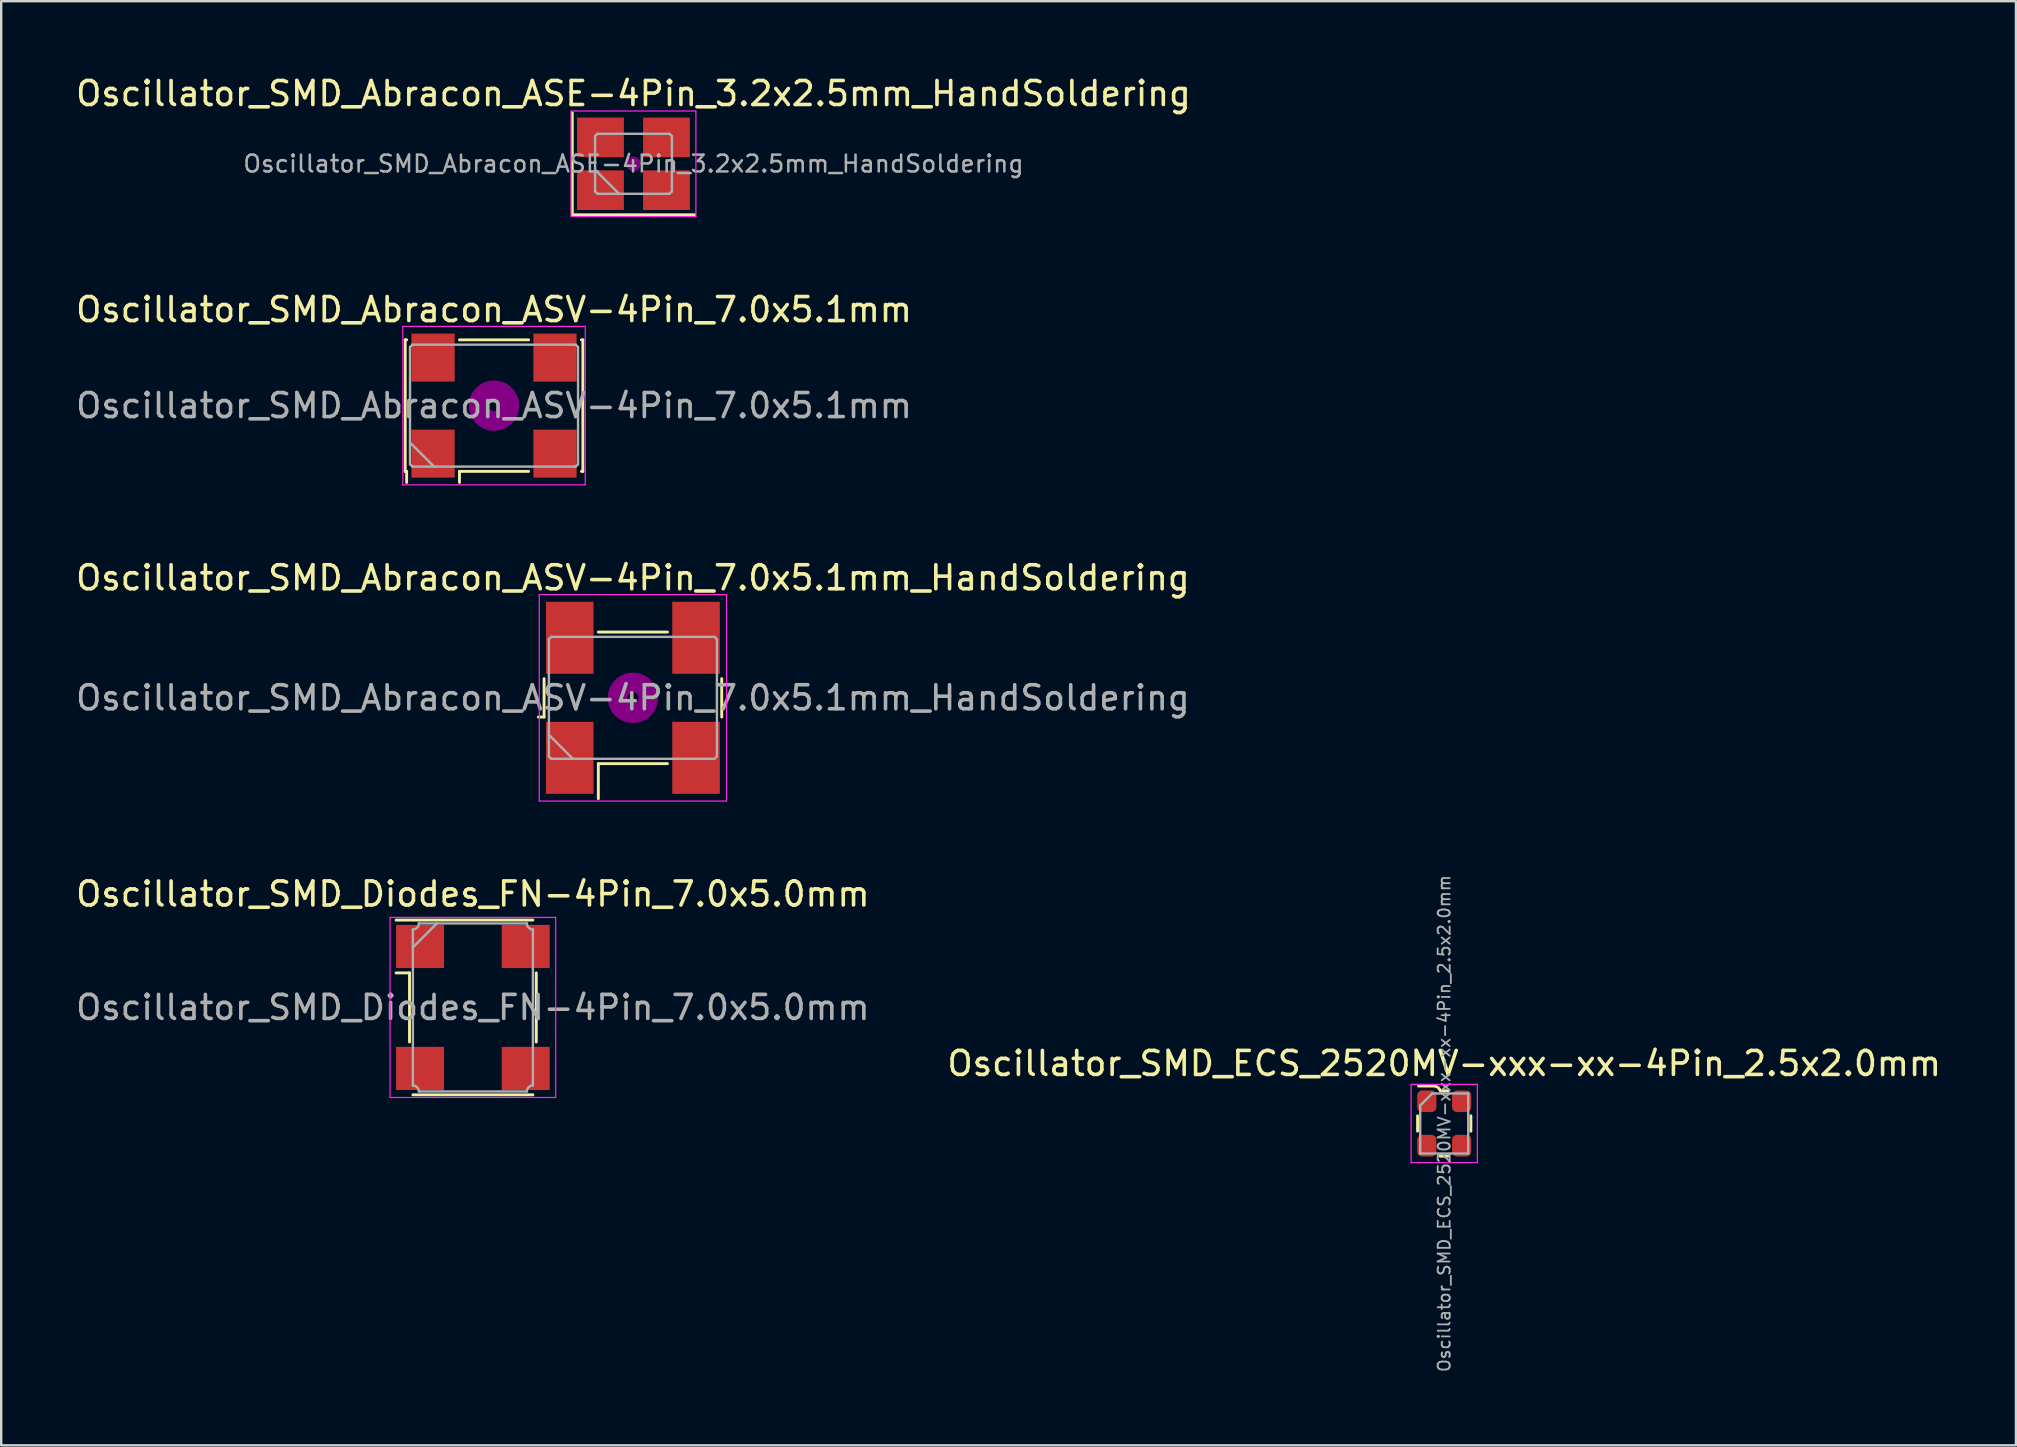
<source format=kicad_pcb>
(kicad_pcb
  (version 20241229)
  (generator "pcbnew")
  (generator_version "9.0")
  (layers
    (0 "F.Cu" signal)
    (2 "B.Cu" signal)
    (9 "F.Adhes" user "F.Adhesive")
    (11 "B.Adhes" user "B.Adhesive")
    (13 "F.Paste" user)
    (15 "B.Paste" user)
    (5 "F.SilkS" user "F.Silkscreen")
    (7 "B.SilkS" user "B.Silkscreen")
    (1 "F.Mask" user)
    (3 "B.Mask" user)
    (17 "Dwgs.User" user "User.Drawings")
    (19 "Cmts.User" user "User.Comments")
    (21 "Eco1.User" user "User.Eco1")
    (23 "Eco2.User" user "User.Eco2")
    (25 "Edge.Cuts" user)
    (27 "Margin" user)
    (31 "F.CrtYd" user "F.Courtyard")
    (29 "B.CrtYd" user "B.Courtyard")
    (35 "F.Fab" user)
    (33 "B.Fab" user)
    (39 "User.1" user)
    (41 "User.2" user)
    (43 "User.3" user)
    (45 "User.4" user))
  (footprint "Oscillator_SMD_Abracon_ASV-4Pin_7.0x5.1mm"
    (layer "F.Cu")
    (at 17.53 13.847)
    (property "Reference" "Oscillator_SMD_Abracon_ASV-4Pin_7.0x5.1mm" (at 0 -4 0) (layer "F.SilkS") (effects (font (size 1 1) (thickness 0.15))))
    (attr smd)
    (fp_line (start -3.7 -2.74) (end -3.64 -2.74) (stroke (width 0.12) (type solid)) (layer "F.SilkS"))
    (fp_line (start -3.7 2.74) (end -3.7 -2.74) (stroke (width 0.12) (type solid)) (layer "F.SilkS"))
    (fp_line (start -3.64 2.74) (end -3.7 2.74) (stroke (width 0.12) (type solid)) (layer "F.SilkS"))
    (fp_line (start -3.64 3.2) (end -3.64 2.74) (stroke (width 0.12) (type solid)) (layer "F.SilkS"))
    (fp_line (start -1.44 -2.74) (end 1.44 -2.74) (stroke (width 0.12) (type solid)) (layer "F.SilkS"))
    (fp_line (start -1.44 2.74) (end -1.44 3.2) (stroke (width 0.12) (type solid)) (layer "F.SilkS"))
    (fp_line (start 1.44 2.74) (end -1.44 2.74) (stroke (width 0.12) (type solid)) (layer "F.SilkS"))
    (fp_line (start 3.64 -2.74) (end 3.7 -2.74) (stroke (width 0.12) (type solid)) (layer "F.SilkS"))
    (fp_line (start 3.7 -2.74) (end 3.7 2.74) (stroke (width 0.12) (type solid)) (layer "F.SilkS"))
    (fp_line (start 3.7 2.74) (end 3.64 2.74) (stroke (width 0.12) (type solid)) (layer "F.SilkS"))
    (fp_circle (center 0 0) (end 0.233 0) (stroke (width 0.467) (type solid)) (fill no) (layer "F.Adhes"))
    (fp_circle (center 0 0) (end 0.533 0) (stroke (width 0.333) (type solid)) (fill no) (layer "F.Adhes"))
    (fp_circle (center 0 0) (end 0.833 0) (stroke (width 0.333) (type solid)) (fill no) (layer "F.Adhes"))
    (fp_circle (center 0 0) (end 1 0) (stroke (width 0.1) (type solid)) (fill no) (layer "F.Adhes"))
    (fp_line (start -3.8 -3.3) (end -3.8 3.3) (stroke (width 0.05) (type solid)) (layer "F.CrtYd"))
    (fp_line (start -3.8 3.3) (end 3.8 3.3) (stroke (width 0.05) (type solid)) (layer "F.CrtYd"))
    (fp_line (start 3.8 -3.3) (end -3.8 -3.3) (stroke (width 0.05) (type solid)) (layer "F.CrtYd"))
    (fp_line (start 3.8 3.3) (end 3.8 -3.3) (stroke (width 0.05) (type solid)) (layer "F.CrtYd"))
    (fp_line (start -3.5 -2.44) (end -3.4 -2.54) (stroke (width 0.1) (type solid)) (layer "F.Fab"))
    (fp_line (start -3.5 1.54) (end -2.5 2.54) (stroke (width 0.1) (type solid)) (layer "F.Fab"))
    (fp_line (start -3.5 2.44) (end -3.5 -2.44) (stroke (width 0.1) (type solid)) (layer "F.Fab"))
    (fp_line (start -3.4 -2.54) (end 3.4 -2.54) (stroke (width 0.1) (type solid)) (layer "F.Fab"))
    (fp_line (start -3.4 2.54) (end -3.5 2.44) (stroke (width 0.1) (type solid)) (layer "F.Fab"))
    (fp_line (start 3.4 -2.54) (end 3.5 -2.44) (stroke (width 0.1) (type solid)) (layer "F.Fab"))
    (fp_line (start 3.4 2.54) (end -3.4 2.54) (stroke (width 0.1) (type solid)) (layer "F.Fab"))
    (fp_line (start 3.5 -2.44) (end 3.5 2.44) (stroke (width 0.1) (type solid)) (layer "F.Fab"))
    (fp_line (start 3.5 2.44) (end 3.4 2.54) (stroke (width 0.1) (type solid)) (layer "F.Fab"))
    (fp_text user "${REFERENCE}" (at 0 0 0) (layer "F.Fab") (effects (font (size 1 1) (thickness 0.15))))
    (pad "1" smd rect (at -2.54 2) (size 1.8 2) (layers "F.Cu" "F.Mask" "F.Paste"))
    (pad "2" smd rect (at 2.54 2) (size 1.8 2) (layers "F.Cu" "F.Mask" "F.Paste"))
    (pad "3" smd rect (at 2.54 -2) (size 1.8 2) (layers "F.Cu" "F.Mask" "F.Paste"))
    (pad "4" smd rect (at -2.54 -2) (size 1.8 2) (layers "F.Cu" "F.Mask" "F.Paste")))
  (footprint "Oscillator_SMD_ECS_2520MV-xxx-xx-4Pin_2.5x2.0mm"
    (layer "F.Cu")
    (at 57.113 43.752)
    (property "Reference" "Oscillator_SMD_ECS_2520MV-xxx-xx-4Pin_2.5x2.0mm" (at 0 -2.5 0) (layer "F.SilkS") (effects (font (size 1 1) (thickness 0.15))))
    (attr smd)
    (fp_line (start -1.11 0.32) (end -1.11 -0.32) (stroke (width 0.12) (type solid)) (layer "F.SilkS"))
    (fp_line (start -0.38 -1.56) (end -1.07 -1.56) (stroke (width 0.12) (type solid)) (layer "F.SilkS"))
    (fp_line (start -0.17 1.36) (end 0.17 1.36) (stroke (width 0.12) (type solid)) (layer "F.SilkS"))
    (fp_line (start -0.16 -1.36) (end 0.17 -1.36) (stroke (width 0.12) (type solid)) (layer "F.SilkS"))
    (fp_line (start 1.11 0.32) (end 1.11 -0.32) (stroke (width 0.12) (type solid)) (layer "F.SilkS"))
    (fp_arc (start -0.38 -1.56) (mid -0.246393 -1.485967) (end -0.16 -1.36) (stroke (width 0.12) (type solid)) (layer "F.SilkS"))
    (fp_line (start -1.38 -1.63) (end -1.38 1.63) (stroke (width 0.05) (type solid)) (layer "F.CrtYd"))
    (fp_line (start -1.38 -1.63) (end 1.38 -1.63) (stroke (width 0.05) (type solid)) (layer "F.CrtYd"))
    (fp_line (start -1.38 1.63) (end 1.38 1.63) (stroke (width 0.05) (type solid)) (layer "F.CrtYd"))
    (fp_line (start 1.38 -1.63) (end 1.38 1.63) (stroke (width 0.05) (type solid)) (layer "F.CrtYd"))
    (fp_line (start -1 -0.75) (end -1 1.25) (stroke (width 0.1) (type solid)) (layer "F.Fab"))
    (fp_line (start -1 -0.75) (end -0.5 -1.25) (stroke (width 0.1) (type solid)) (layer "F.Fab"))
    (fp_line (start -1 1.25) (end 1 1.25) (stroke (width 0.1) (type solid)) (layer "F.Fab"))
    (fp_line (start -0.5 -1.25) (end 1 -1.25) (stroke (width 0.1) (type solid)) (layer "F.Fab"))
    (fp_line (start 1 -1.25) (end 1 1.25) (stroke (width 0.1) (type solid)) (layer "F.Fab"))
    (fp_text user "${REFERENCE}" (at 0 0 90) (layer "F.Fab") (effects (font (size 0.5 0.5) (thickness 0.075))))
    (pad "1" smd roundrect (at -0.725 -0.925) (size 0.8 0.9) (layers "F.Cu" "F.Mask" "F.Paste") (roundrect_rratio 0.25))
    (pad "2" smd roundrect (at -0.725 0.925) (size 0.8 0.9) (layers "F.Cu" "F.Mask" "F.Paste") (roundrect_rratio 0.25))
    (pad "3" smd roundrect (at 0.725 0.925) (size 0.8 0.9) (layers "F.Cu" "F.Mask" "F.Paste") (roundrect_rratio 0.25))
    (pad "4" smd roundrect (at 0.725 -0.925) (size 0.8 0.9) (layers "F.Cu" "F.Mask" "F.Paste") (roundrect_rratio 0.25)))
  (footprint "Oscillator_SMD_Abracon_ASE-4Pin_3.2x2.5mm_HandSoldering"
    (layer "F.Cu")
    (at 23.339 3.773)
    (property "Reference" "Oscillator_SMD_Abracon_ASE-4Pin_3.2x2.5mm_HandSoldering" (at 0 -2.925 0) (layer "F.SilkS") (effects (font (size 1 1) (thickness 0.15))))
    (attr smd)
    (fp_line (start -2.55 -2.125) (end -2.55 2.125) (stroke (width 0.12) (type solid)) (layer "F.SilkS"))
    (fp_line (start -2.55 2.125) (end 2.55 2.125) (stroke (width 0.12) (type solid)) (layer "F.SilkS"))
    (fp_circle (center 0 0) (end 0.058 0) (stroke (width 0.117) (type solid)) (fill no) (layer "F.Adhes"))
    (fp_circle (center 0 0) (end 0.133 0) (stroke (width 0.083) (type solid)) (fill no) (layer "F.Adhes"))
    (fp_circle (center 0 0) (end 0.208 0) (stroke (width 0.083) (type solid)) (fill no) (layer "F.Adhes"))
    (fp_circle (center 0 0) (end 0.25 0) (stroke (width 0.1) (type solid)) (fill no) (layer "F.Adhes"))
    (fp_line (start -2.6 -2.2) (end -2.6 2.2) (stroke (width 0.05) (type solid)) (layer "F.CrtYd"))
    (fp_line (start -2.6 2.2) (end 2.6 2.2) (stroke (width 0.05) (type solid)) (layer "F.CrtYd"))
    (fp_line (start 2.6 -2.2) (end -2.6 -2.2) (stroke (width 0.05) (type solid)) (layer "F.CrtYd"))
    (fp_line (start 2.6 2.2) (end 2.6 -2.2) (stroke (width 0.05) (type solid)) (layer "F.CrtYd"))
    (fp_line (start -1.6 -1.15) (end -1.5 -1.25) (stroke (width 0.1) (type solid)) (layer "F.Fab"))
    (fp_line (start -1.6 0.25) (end -0.6 1.25) (stroke (width 0.1) (type solid)) (layer "F.Fab"))
    (fp_line (start -1.6 1.15) (end -1.6 -1.15) (stroke (width 0.1) (type solid)) (layer "F.Fab"))
    (fp_line (start -1.5 -1.25) (end 1.5 -1.25) (stroke (width 0.1) (type solid)) (layer "F.Fab"))
    (fp_line (start -1.5 1.25) (end -1.6 1.15) (stroke (width 0.1) (type solid)) (layer "F.Fab"))
    (fp_line (start 1.5 -1.25) (end 1.6 -1.15) (stroke (width 0.1) (type solid)) (layer "F.Fab"))
    (fp_line (start 1.5 1.25) (end -1.5 1.25) (stroke (width 0.1) (type solid)) (layer "F.Fab"))
    (fp_line (start 1.6 -1.15) (end 1.6 1.15) (stroke (width 0.1) (type solid)) (layer "F.Fab"))
    (fp_line (start 1.6 1.15) (end 1.5 1.25) (stroke (width 0.1) (type solid)) (layer "F.Fab"))
    (fp_text user "${REFERENCE}" (at 0 0 0) (layer "F.Fab") (effects (font (size 0.7 0.7) (thickness 0.105))))
    (pad "1" smd rect (at -1.375 1.1) (size 1.95 1.65) (layers "F.Cu" "F.Mask" "F.Paste"))
    (pad "2" smd rect (at 1.375 1.1) (size 1.95 1.65) (layers "F.Cu" "F.Mask" "F.Paste"))
    (pad "3" smd rect (at 1.375 -1.1) (size 1.95 1.65) (layers "F.Cu" "F.Mask" "F.Paste"))
    (pad "4" smd rect (at -1.375 -1.1) (size 1.95 1.65) (layers "F.Cu" "F.Mask" "F.Paste")))
  (footprint "Oscillator_SMD_Abracon_ASV-4Pin_7.0x5.1mm_HandSoldering"
    (layer "F.Cu")
    (at 23.315 26.02)
    (property "Reference" "Oscillator_SMD_Abracon_ASV-4Pin_7.0x5.1mm_HandSoldering" (at 0 -5 0) (layer "F.SilkS") (effects (font (size 1 1) (thickness 0.15))))
    (attr smd)
    (fp_line (start -3.94 0.8) (end -3.7 0.8) (stroke (width 0.12) (type solid)) (layer "F.SilkS"))
    (fp_line (start -3.7 0.8) (end -3.7 -0.8) (stroke (width 0.12) (type solid)) (layer "F.SilkS"))
    (fp_line (start -1.44 -2.74) (end 1.44 -2.74) (stroke (width 0.12) (type solid)) (layer "F.SilkS"))
    (fp_line (start -1.44 2.74) (end -1.44 4.2) (stroke (width 0.12) (type solid)) (layer "F.SilkS"))
    (fp_line (start 1.44 2.74) (end -1.44 2.74) (stroke (width 0.12) (type solid)) (layer "F.SilkS"))
    (fp_line (start 3.7 -0.8) (end 3.7 0.8) (stroke (width 0.12) (type solid)) (layer "F.SilkS"))
    (fp_circle (center 0 0) (end 0.233 0) (stroke (width 0.467) (type solid)) (fill no) (layer "F.Adhes"))
    (fp_circle (center 0 0) (end 0.533 0) (stroke (width 0.333) (type solid)) (fill no) (layer "F.Adhes"))
    (fp_circle (center 0 0) (end 0.833 0) (stroke (width 0.333) (type solid)) (fill no) (layer "F.Adhes"))
    (fp_circle (center 0 0) (end 1 0) (stroke (width 0.1) (type solid)) (fill no) (layer "F.Adhes"))
    (fp_line (start -3.9 -4.3) (end -3.9 4.3) (stroke (width 0.05) (type solid)) (layer "F.CrtYd"))
    (fp_line (start -3.9 4.3) (end 3.9 4.3) (stroke (width 0.05) (type solid)) (layer "F.CrtYd"))
    (fp_line (start 3.9 -4.3) (end -3.9 -4.3) (stroke (width 0.05) (type solid)) (layer "F.CrtYd"))
    (fp_line (start 3.9 4.3) (end 3.9 -4.3) (stroke (width 0.05) (type solid)) (layer "F.CrtYd"))
    (fp_line (start -3.5 -2.44) (end -3.4 -2.54) (stroke (width 0.1) (type solid)) (layer "F.Fab"))
    (fp_line (start -3.5 1.54) (end -2.5 2.54) (stroke (width 0.1) (type solid)) (layer "F.Fab"))
    (fp_line (start -3.5 2.44) (end -3.5 -2.44) (stroke (width 0.1) (type solid)) (layer "F.Fab"))
    (fp_line (start -3.4 -2.54) (end 3.4 -2.54) (stroke (width 0.1) (type solid)) (layer "F.Fab"))
    (fp_line (start -3.4 2.54) (end -3.5 2.44) (stroke (width 0.1) (type solid)) (layer "F.Fab"))
    (fp_line (start 3.4 -2.54) (end 3.5 -2.44) (stroke (width 0.1) (type solid)) (layer "F.Fab"))
    (fp_line (start 3.4 2.54) (end -3.4 2.54) (stroke (width 0.1) (type solid)) (layer "F.Fab"))
    (fp_line (start 3.5 -2.44) (end 3.5 2.44) (stroke (width 0.1) (type solid)) (layer "F.Fab"))
    (fp_line (start 3.5 2.44) (end 3.4 2.54) (stroke (width 0.1) (type solid)) (layer "F.Fab"))
    (fp_text user "${REFERENCE}" (at 0 0 0) (layer "F.Fab") (effects (font (size 1 1) (thickness 0.15))))
    (pad "1" smd rect (at -2.63 2.5) (size 1.98 3) (layers "F.Cu" "F.Mask" "F.Paste"))
    (pad "2" smd rect (at 2.63 2.5) (size 1.98 3) (layers "F.Cu" "F.Mask" "F.Paste"))
    (pad "3" smd rect (at 2.63 -2.5) (size 1.98 3) (layers "F.Cu" "F.Mask" "F.Paste"))
    (pad "4" smd rect (at -2.63 -2.5) (size 1.98 3) (layers "F.Cu" "F.Mask" "F.Paste")))
  (footprint "Oscillator_SMD_Diodes_FN-4Pin_7.0x5.0mm"
    (layer "F.Cu")
    (at 16.649 38.918)
    (property "Reference" "Oscillator_SMD_Diodes_FN-4Pin_7.0x5.0mm" (at 0 -4.725 0) (layer "F.SilkS") (effects (font (size 1 1) (thickness 0.15))))
    (attr smd)
    (fp_line (start -3.2 -3.64) (end 2.5 -3.64) (stroke (width 0.12) (type solid)) (layer "F.SilkS"))
    (fp_line (start -2.64 -1.44) (end -3.2 -1.44) (stroke (width 0.12) (type solid)) (layer "F.SilkS"))
    (fp_line (start -2.64 -1.44) (end -2.64 1.44) (stroke (width 0.12) (type solid)) (layer "F.SilkS"))
    (fp_line (start -2.5 3.64) (end 2.5 3.64) (stroke (width 0.12) (type solid)) (layer "F.SilkS"))
    (fp_line (start 2.64 -1.44) (end 2.64 1.44) (stroke (width 0.12) (type solid)) (layer "F.SilkS"))
    (fp_line (start -3.45 -3.75) (end 3.45 -3.75) (stroke (width 0.05) (type solid)) (layer "F.CrtYd"))
    (fp_line (start -3.45 3.75) (end -3.45 -3.75) (stroke (width 0.05) (type solid)) (layer "F.CrtYd"))
    (fp_line (start 3.45 -3.75) (end 3.45 3.75) (stroke (width 0.05) (type solid)) (layer "F.CrtYd"))
    (fp_line (start 3.45 3.75) (end -3.45 3.75) (stroke (width 0.05) (type solid)) (layer "F.CrtYd"))
    (fp_line (start -2.5 -2.5) (end -1.5 -3.5) (stroke (width 0.1) (type solid)) (layer "F.Fab"))
    (fp_line (start -2.5 3.25) (end -2.5 -3.25) (stroke (width 0.1) (type solid)) (layer "F.Fab"))
    (fp_line (start -2.25 -3.5) (end 2.25 -3.5) (stroke (width 0.1) (type solid)) (layer "F.Fab"))
    (fp_line (start -2.25 3.5) (end 2.25 3.5) (stroke (width 0.1) (type solid)) (layer "F.Fab"))
    (fp_line (start 2.5 -3.25) (end 2.5 3.25) (stroke (width 0.1) (type solid)) (layer "F.Fab"))
    (fp_arc (start -2.5 3.25) (mid -2.323223 3.323223) (end -2.25 3.5) (stroke (width 0.1) (type solid)) (layer "F.Fab"))
    (fp_arc (start -2.25 -3.5) (mid -2.323223 -3.323223) (end -2.5 -3.25) (stroke (width 0.1) (type solid)) (layer "F.Fab"))
    (fp_arc (start 2.25 3.5) (mid 2.323223 3.323223) (end 2.5 3.25) (stroke (width 0.1) (type solid)) (layer "F.Fab"))
    (fp_arc (start 2.5 -3.25) (mid 2.323223 -3.323223) (end 2.25 -3.5) (stroke (width 0.1) (type solid)) (layer "F.Fab"))
    (fp_text user "${REFERENCE}" (at 0 0 0) (layer "F.Fab") (effects (font (size 1 1) (thickness 0.15))))
    (pad "1" smd rect (at -2.2 -2.54) (size 2 1.8) (layers "F.Cu" "F.Mask" "F.Paste"))
    (pad "2" smd rect (at -2.2 2.54) (size 2 1.8) (layers "F.Cu" "F.Mask" "F.Paste"))
    (pad "3" smd rect (at 2.2 2.54) (size 2 1.8) (layers "F.Cu" "F.Mask" "F.Paste"))
    (pad "4" smd rect (at 2.2 -2.54) (size 2 1.8) (layers "F.Cu" "F.Mask" "F.Paste")))
  (gr_rect
    (start -3 -3)
    (end 80.929 57.16)
    (stroke (width 0.1) (type default))
    (fill no)
    (layer "Edge.Cuts")))
</source>
